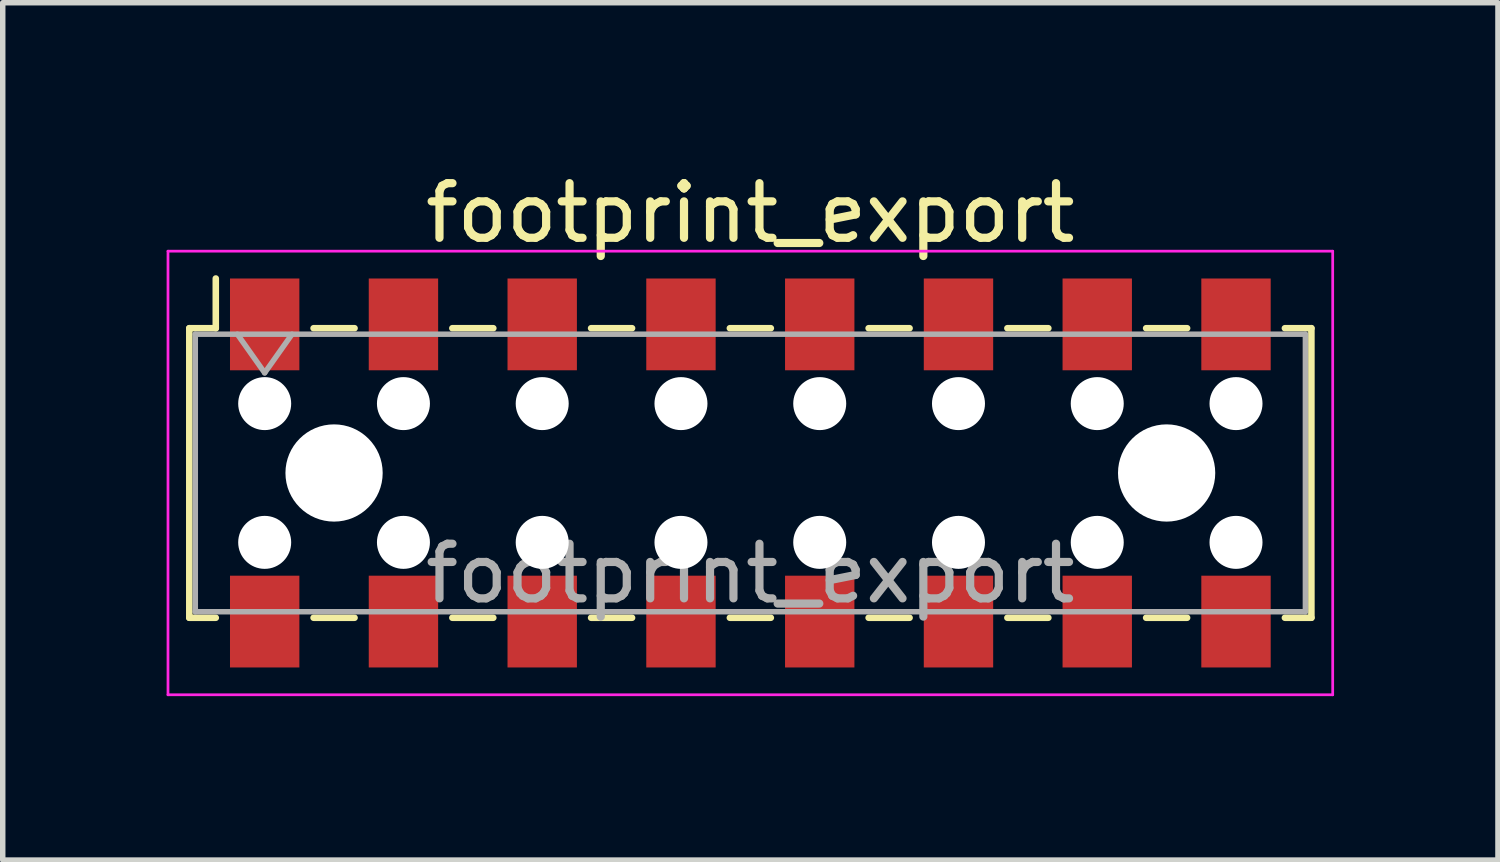
<source format=kicad_pcb>
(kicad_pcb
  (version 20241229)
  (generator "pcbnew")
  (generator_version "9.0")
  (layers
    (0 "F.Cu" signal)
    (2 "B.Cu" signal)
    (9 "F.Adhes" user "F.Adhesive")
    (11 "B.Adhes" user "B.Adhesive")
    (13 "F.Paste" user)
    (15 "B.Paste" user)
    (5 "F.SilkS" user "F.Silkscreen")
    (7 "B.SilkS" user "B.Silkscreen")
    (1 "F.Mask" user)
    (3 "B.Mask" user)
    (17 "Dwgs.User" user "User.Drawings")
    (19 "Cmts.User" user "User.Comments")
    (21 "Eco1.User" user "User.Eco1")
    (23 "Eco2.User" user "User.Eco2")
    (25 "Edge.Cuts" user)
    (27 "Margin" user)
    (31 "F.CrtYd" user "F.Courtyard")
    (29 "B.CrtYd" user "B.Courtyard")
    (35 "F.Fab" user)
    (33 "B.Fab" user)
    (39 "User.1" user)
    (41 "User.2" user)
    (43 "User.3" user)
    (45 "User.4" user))
  (footprint "footprint_export"
    (layer "F.Cu")
    (at 10.685 5.608)
    (property "Reference" "footprint_export" (at 0 -4.76 0) (layer "F.SilkS") (effects (font (size 1 1) (thickness 0.15))))
    (attr smd)
    (fp_line (start -10.27 -2.65) (end -10.27 2.65) (stroke (width 0.12) (type solid)) (layer "F.SilkS"))
    (fp_line (start -10.27 2.65) (end -9.785 2.65) (stroke (width 0.12) (type solid)) (layer "F.SilkS"))
    (fp_line (start -9.785 -3.56) (end -9.785 -2.65) (stroke (width 0.12) (type solid)) (layer "F.SilkS"))
    (fp_line (start -9.785 -2.65) (end -10.27 -2.65) (stroke (width 0.12) (type solid)) (layer "F.SilkS"))
    (fp_line (start -7.995 -2.65) (end -7.245 -2.65) (stroke (width 0.12) (type solid)) (layer "F.SilkS"))
    (fp_line (start -7.995 2.65) (end -7.245 2.65) (stroke (width 0.12) (type solid)) (layer "F.SilkS"))
    (fp_line (start -5.455 -2.65) (end -4.705 -2.65) (stroke (width 0.12) (type solid)) (layer "F.SilkS"))
    (fp_line (start -5.455 2.65) (end -4.705 2.65) (stroke (width 0.12) (type solid)) (layer "F.SilkS"))
    (fp_line (start -2.915 -2.65) (end -2.165 -2.65) (stroke (width 0.12) (type solid)) (layer "F.SilkS"))
    (fp_line (start -2.915 2.65) (end -2.165 2.65) (stroke (width 0.12) (type solid)) (layer "F.SilkS"))
    (fp_line (start -0.375 -2.65) (end 0.375 -2.65) (stroke (width 0.12) (type solid)) (layer "F.SilkS"))
    (fp_line (start -0.375 2.65) (end 0.375 2.65) (stroke (width 0.12) (type solid)) (layer "F.SilkS"))
    (fp_line (start 2.165 -2.65) (end 2.915 -2.65) (stroke (width 0.12) (type solid)) (layer "F.SilkS"))
    (fp_line (start 2.165 2.65) (end 2.915 2.65) (stroke (width 0.12) (type solid)) (layer "F.SilkS"))
    (fp_line (start 4.705 -2.65) (end 5.455 -2.65) (stroke (width 0.12) (type solid)) (layer "F.SilkS"))
    (fp_line (start 4.705 2.65) (end 5.455 2.65) (stroke (width 0.12) (type solid)) (layer "F.SilkS"))
    (fp_line (start 7.245 -2.65) (end 7.995 -2.65) (stroke (width 0.12) (type solid)) (layer "F.SilkS"))
    (fp_line (start 7.245 2.65) (end 7.995 2.65) (stroke (width 0.12) (type solid)) (layer "F.SilkS"))
    (fp_line (start 9.785 -2.65) (end 10.27 -2.65) (stroke (width 0.12) (type solid)) (layer "F.SilkS"))
    (fp_line (start 10.27 -2.65) (end 10.27 2.65) (stroke (width 0.12) (type solid)) (layer "F.SilkS"))
    (fp_line (start 10.27 2.65) (end 9.785 2.65) (stroke (width 0.12) (type solid)) (layer "F.SilkS"))
    (fp_line (start -10.66 -4.06) (end 10.66 -4.06) (stroke (width 0.05) (type solid)) (layer "F.CrtYd"))
    (fp_line (start -10.66 4.06) (end -10.66 -4.06) (stroke (width 0.05) (type solid)) (layer "F.CrtYd"))
    (fp_line (start 10.66 -4.06) (end 10.66 4.06) (stroke (width 0.05) (type solid)) (layer "F.CrtYd"))
    (fp_line (start 10.66 4.06) (end -10.66 4.06) (stroke (width 0.05) (type solid)) (layer "F.CrtYd"))
    (fp_line (start -10.16 -2.54) (end 10.16 -2.54) (stroke (width 0.1) (type solid)) (layer "F.Fab"))
    (fp_line (start -10.16 2.54) (end -10.16 -2.54) (stroke (width 0.1) (type solid)) (layer "F.Fab"))
    (fp_line (start -9.39 -2.54) (end -8.89 -1.833) (stroke (width 0.1) (type solid)) (layer "F.Fab"))
    (fp_line (start -8.89 -1.833) (end -8.39 -2.54) (stroke (width 0.1) (type solid)) (layer "F.Fab"))
    (fp_line (start 10.16 -2.54) (end 10.16 2.54) (stroke (width 0.1) (type solid)) (layer "F.Fab"))
    (fp_line (start 10.16 2.54) (end -10.16 2.54) (stroke (width 0.1) (type solid)) (layer "F.Fab"))
    (fp_text user "${REFERENCE}" (at 0 1.84 0) (layer "F.Fab") (effects (font (size 1 1) (thickness 0.15))))
    (pad "" np_thru_hole circle (at -8.89 -1.27) (size 0.97 0.97) (drill 0.97) (layers "*.Cu" "*.Mask"))
    (pad "" np_thru_hole circle (at -8.89 1.27) (size 0.97 0.97) (drill 0.97) (layers "*.Cu" "*.Mask"))
    (pad "" np_thru_hole circle (at -7.62 0) (size 1.78 1.78) (drill 1.78) (layers "*.Cu" "*.Mask"))
    (pad "" np_thru_hole circle (at -6.35 -1.27) (size 0.97 0.97) (drill 0.97) (layers "*.Cu" "*.Mask"))
    (pad "" np_thru_hole circle (at -6.35 1.27) (size 0.97 0.97) (drill 0.97) (layers "*.Cu" "*.Mask"))
    (pad "" np_thru_hole circle (at -3.81 -1.27) (size 0.97 0.97) (drill 0.97) (layers "*.Cu" "*.Mask"))
    (pad "" np_thru_hole circle (at -3.81 1.27) (size 0.97 0.97) (drill 0.97) (layers "*.Cu" "*.Mask"))
    (pad "" np_thru_hole circle (at -1.27 -1.27) (size 0.97 0.97) (drill 0.97) (layers "*.Cu" "*.Mask"))
    (pad "" np_thru_hole circle (at -1.27 1.27) (size 0.97 0.97) (drill 0.97) (layers "*.Cu" "*.Mask"))
    (pad "" np_thru_hole circle (at 1.27 -1.27) (size 0.97 0.97) (drill 0.97) (layers "*.Cu" "*.Mask"))
    (pad "" np_thru_hole circle (at 1.27 1.27) (size 0.97 0.97) (drill 0.97) (layers "*.Cu" "*.Mask"))
    (pad "" np_thru_hole circle (at 3.81 -1.27) (size 0.97 0.97) (drill 0.97) (layers "*.Cu" "*.Mask"))
    (pad "" np_thru_hole circle (at 3.81 1.27) (size 0.97 0.97) (drill 0.97) (layers "*.Cu" "*.Mask"))
    (pad "" np_thru_hole circle (at 6.35 -1.27) (size 0.97 0.97) (drill 0.97) (layers "*.Cu" "*.Mask"))
    (pad "" np_thru_hole circle (at 6.35 1.27) (size 0.97 0.97) (drill 0.97) (layers "*.Cu" "*.Mask"))
    (pad "" np_thru_hole circle (at 7.62 0) (size 1.78 1.78) (drill 1.78) (layers "*.Cu" "*.Mask"))
    (pad "" np_thru_hole circle (at 8.89 -1.27) (size 0.97 0.97) (drill 0.97) (layers "*.Cu" "*.Mask"))
    (pad "" np_thru_hole circle (at 8.89 1.27) (size 0.97 0.97) (drill 0.97) (layers "*.Cu" "*.Mask"))
    (pad "1" smd rect (at -8.89 -2.72) (size 1.27 1.68) (layers "F.Cu" "F.Mask" "F.Paste"))
    (pad "2" smd rect (at -8.89 2.72) (size 1.27 1.68) (layers "F.Cu" "F.Mask" "F.Paste"))
    (pad "3" smd rect (at -6.35 -2.72) (size 1.27 1.68) (layers "F.Cu" "F.Mask" "F.Paste"))
    (pad "4" smd rect (at -6.35 2.72) (size 1.27 1.68) (layers "F.Cu" "F.Mask" "F.Paste"))
    (pad "5" smd rect (at -3.81 -2.72) (size 1.27 1.68) (layers "F.Cu" "F.Mask" "F.Paste"))
    (pad "6" smd rect (at -3.81 2.72) (size 1.27 1.68) (layers "F.Cu" "F.Mask" "F.Paste"))
    (pad "7" smd rect (at -1.27 -2.72) (size 1.27 1.68) (layers "F.Cu" "F.Mask" "F.Paste"))
    (pad "8" smd rect (at -1.27 2.72) (size 1.27 1.68) (layers "F.Cu" "F.Mask" "F.Paste"))
    (pad "9" smd rect (at 1.27 -2.72) (size 1.27 1.68) (layers "F.Cu" "F.Mask" "F.Paste"))
    (pad "10" smd rect (at 1.27 2.72) (size 1.27 1.68) (layers "F.Cu" "F.Mask" "F.Paste"))
    (pad "11" smd rect (at 3.81 -2.72) (size 1.27 1.68) (layers "F.Cu" "F.Mask" "F.Paste"))
    (pad "12" smd rect (at 3.81 2.72) (size 1.27 1.68) (layers "F.Cu" "F.Mask" "F.Paste"))
    (pad "13" smd rect (at 6.35 -2.72) (size 1.27 1.68) (layers "F.Cu" "F.Mask" "F.Paste"))
    (pad "14" smd rect (at 6.35 2.72) (size 1.27 1.68) (layers "F.Cu" "F.Mask" "F.Paste"))
    (pad "15" smd rect (at 8.89 -2.72) (size 1.27 1.68) (layers "F.Cu" "F.Mask" "F.Paste"))
    (pad "16" smd rect (at 8.89 2.72) (size 1.27 1.68) (layers "F.Cu" "F.Mask" "F.Paste")))
  (gr_rect
    (start -3 -3)
    (end 24.37 12.693)
    (stroke (width 0.1) (type default))
    (fill no)
    (layer "Edge.Cuts")))
</source>
